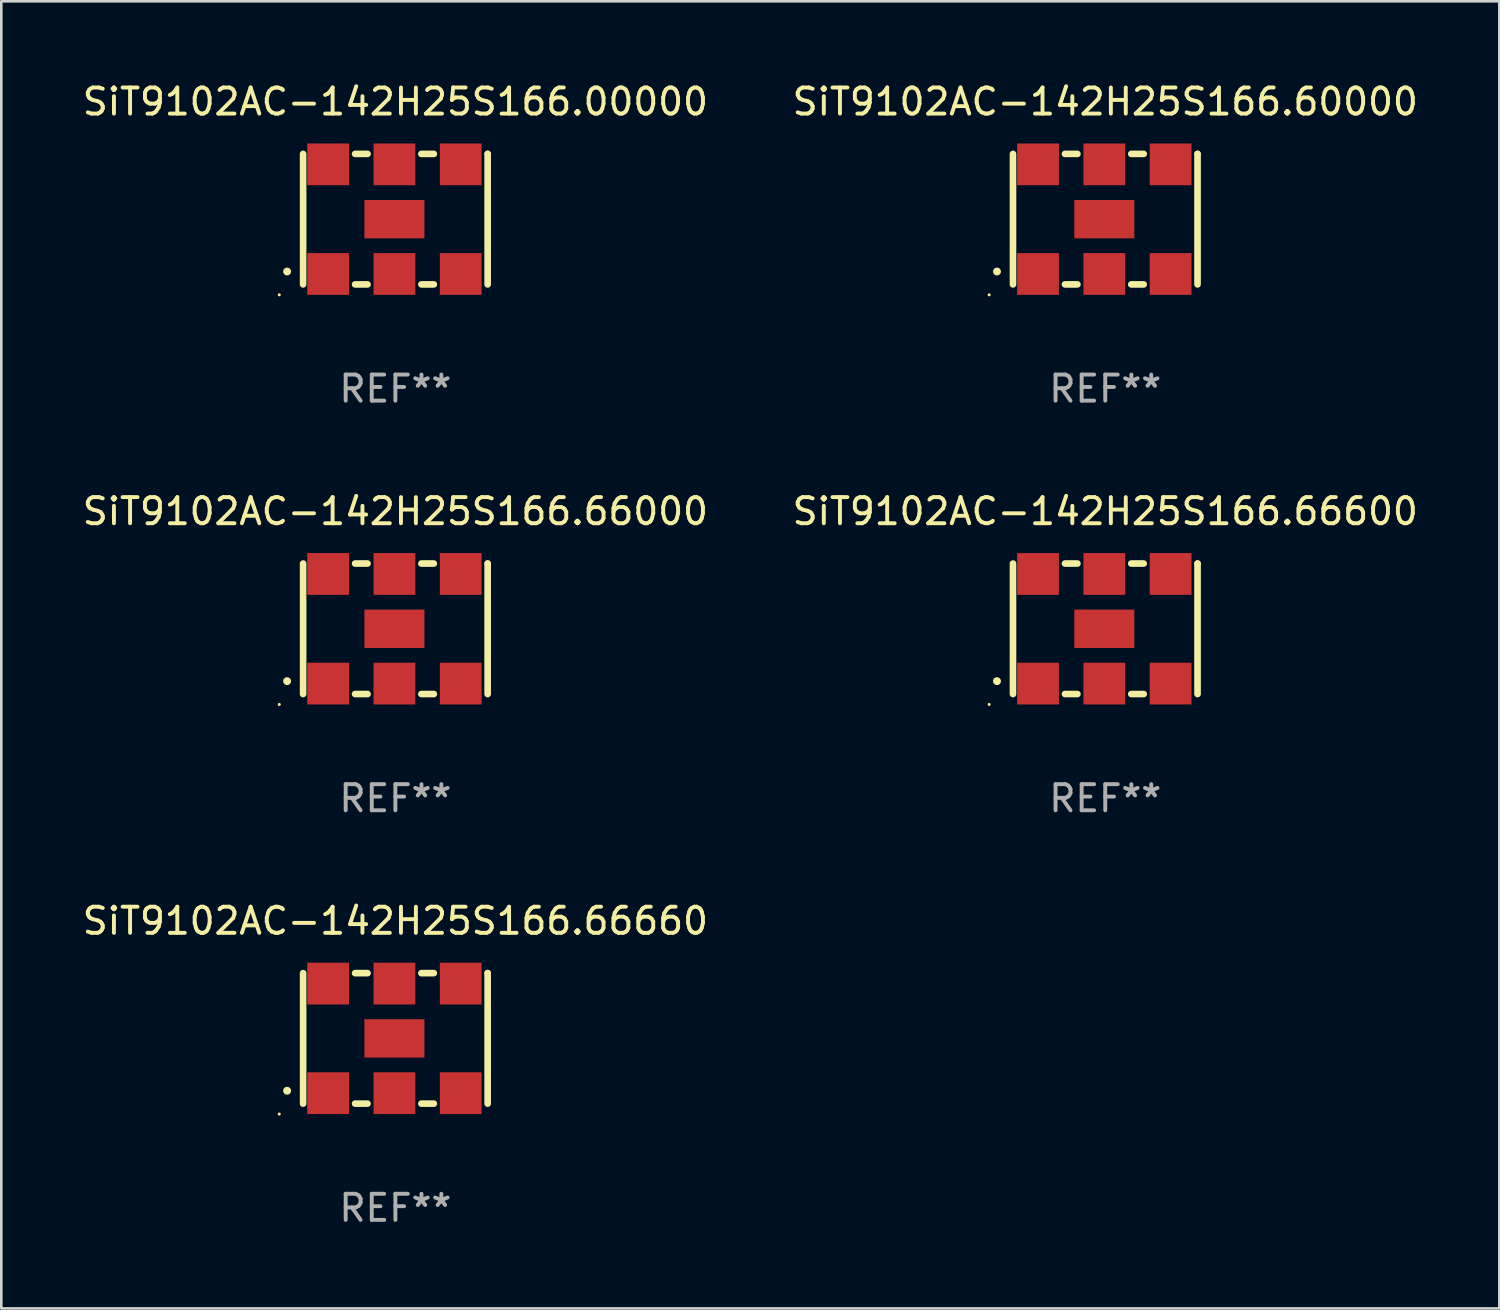
<source format=kicad_pcb>
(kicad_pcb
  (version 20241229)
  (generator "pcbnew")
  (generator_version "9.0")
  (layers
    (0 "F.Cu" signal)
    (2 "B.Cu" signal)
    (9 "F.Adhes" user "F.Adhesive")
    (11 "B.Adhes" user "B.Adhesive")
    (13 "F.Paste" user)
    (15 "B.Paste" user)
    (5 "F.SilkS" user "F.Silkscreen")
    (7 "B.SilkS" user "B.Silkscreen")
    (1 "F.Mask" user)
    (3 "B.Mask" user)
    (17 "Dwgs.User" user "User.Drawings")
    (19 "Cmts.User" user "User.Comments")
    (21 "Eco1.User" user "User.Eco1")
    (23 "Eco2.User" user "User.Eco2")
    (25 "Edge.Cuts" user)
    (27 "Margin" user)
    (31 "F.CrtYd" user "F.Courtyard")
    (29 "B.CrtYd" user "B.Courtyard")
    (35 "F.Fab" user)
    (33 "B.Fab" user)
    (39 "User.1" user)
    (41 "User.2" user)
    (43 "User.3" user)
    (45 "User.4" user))
  (footprint "SiT9102AC-142H25S166.66660"
    (layer "F.Cu")
    (at 12.101 36.741)
    (property "Reference" "SiT9102AC-142H25S166.66660" (at 0 -4.5 0) (layer "F.SilkS") (effects (font (size 1 1) (thickness 0.15))))
    (attr through_hole)
    (fp_line (start -3.536 -2.5) (end -3.536 2.5) (stroke (width 0.254) (type solid)) (layer "F.SilkS"))
    (fp_line (start -1.544 2.5) (end -1.067 2.5) (stroke (width 0.254) (type solid)) (layer "F.SilkS"))
    (fp_line (start -1.067 -2.5) (end -1.544 -2.5) (stroke (width 0.254) (type solid)) (layer "F.SilkS"))
    (fp_line (start 0.996 2.5) (end 1.473 2.5) (stroke (width 0.254) (type solid)) (layer "F.SilkS"))
    (fp_line (start 1.473 -2.5) (end 0.996 -2.5) (stroke (width 0.254) (type solid)) (layer "F.SilkS"))
    (fp_line (start 3.536 -2.5) (end 3.536 -2.5) (stroke (width 0.254) (type solid)) (layer "F.SilkS"))
    (fp_line (start 3.536 2.5) (end 3.536 -2.5) (stroke (width 0.254) (type solid)) (layer "F.SilkS"))
    (fp_arc (start -4.150432 2.006604) (mid -4.149162 2.006599) (end -4.147892 2.006604) (stroke (width 0.3) (type solid)) (layer "F.SilkS"))
    (fp_circle (center -4.449 2.9) (end -4.419 2.9) (stroke (width 0.06) (type solid)) (fill no) (layer "F.SilkS"))
    (fp_text user "REF**" (at 0 6.5 0) (layer "F.Fab") (effects (font (size 1 1) (thickness 0.15))))
    (pad "1" smd rect (at -2.576 2.1) (size 1.6 1.6) (layers "F.Cu" "F.Mask" "F.Paste"))
    (pad "2" smd rect (at -0.036 2.1) (size 1.6 1.6) (layers "F.Cu" "F.Mask" "F.Paste"))
    (pad "3" smd rect (at 2.504 2.1) (size 1.6 1.6) (layers "F.Cu" "F.Mask" "F.Paste"))
    (pad "4" smd rect (at 2.504 -2.1) (size 1.6 1.6) (layers "F.Cu" "F.Mask" "F.Paste"))
    (pad "5" smd rect (at -0.036 -2.1) (size 1.6 1.6) (layers "F.Cu" "F.Mask" "F.Paste"))
    (pad "6" smd rect (at -2.576 -2.1) (size 1.6 1.6) (layers "F.Cu" "F.Mask" "F.Paste"))
    (pad "7" smd rect (at -0.036 0) (size 2.3 1.47) (layers "F.Cu" "F.Mask" "F.Paste")))
  (footprint "SiT9102AC-142H25S166.00000"
    (layer "F.Cu")
    (at 12.101 5.348)
    (property "Reference" "SiT9102AC-142H25S166.00000" (at 0 -4.5 0) (layer "F.SilkS") (effects (font (size 1 1) (thickness 0.15))))
    (attr through_hole)
    (fp_line (start -3.536 -2.5) (end -3.536 2.5) (stroke (width 0.254) (type solid)) (layer "F.SilkS"))
    (fp_line (start -1.544 2.5) (end -1.067 2.5) (stroke (width 0.254) (type solid)) (layer "F.SilkS"))
    (fp_line (start -1.067 -2.5) (end -1.544 -2.5) (stroke (width 0.254) (type solid)) (layer "F.SilkS"))
    (fp_line (start 0.996 2.5) (end 1.473 2.5) (stroke (width 0.254) (type solid)) (layer "F.SilkS"))
    (fp_line (start 1.473 -2.5) (end 0.996 -2.5) (stroke (width 0.254) (type solid)) (layer "F.SilkS"))
    (fp_line (start 3.536 -2.5) (end 3.536 -2.5) (stroke (width 0.254) (type solid)) (layer "F.SilkS"))
    (fp_line (start 3.536 2.5) (end 3.536 -2.5) (stroke (width 0.254) (type solid)) (layer "F.SilkS"))
    (fp_arc (start -4.150432 2.006604) (mid -4.149162 2.006599) (end -4.147892 2.006604) (stroke (width 0.3) (type solid)) (layer "F.SilkS"))
    (fp_circle (center -4.449 2.9) (end -4.419 2.9) (stroke (width 0.06) (type solid)) (fill no) (layer "F.SilkS"))
    (fp_text user "REF**" (at 0 6.5 0) (layer "F.Fab") (effects (font (size 1 1) (thickness 0.15))))
    (pad "1" smd rect (at -2.576 2.1) (size 1.6 1.6) (layers "F.Cu" "F.Mask" "F.Paste"))
    (pad "2" smd rect (at -0.036 2.1) (size 1.6 1.6) (layers "F.Cu" "F.Mask" "F.Paste"))
    (pad "3" smd rect (at 2.504 2.1) (size 1.6 1.6) (layers "F.Cu" "F.Mask" "F.Paste"))
    (pad "4" smd rect (at 2.504 -2.1) (size 1.6 1.6) (layers "F.Cu" "F.Mask" "F.Paste"))
    (pad "5" smd rect (at -0.036 -2.1) (size 1.6 1.6) (layers "F.Cu" "F.Mask" "F.Paste"))
    (pad "6" smd rect (at -2.576 -2.1) (size 1.6 1.6) (layers "F.Cu" "F.Mask" "F.Paste"))
    (pad "7" smd rect (at -0.036 0) (size 2.3 1.47) (layers "F.Cu" "F.Mask" "F.Paste")))
  (footprint "SiT9102AC-142H25S166.66600"
    (layer "F.Cu")
    (at 39.304 21.045)
    (property "Reference" "SiT9102AC-142H25S166.66600" (at 0 -4.5 0) (layer "F.SilkS") (effects (font (size 1 1) (thickness 0.15))))
    (attr through_hole)
    (fp_line (start -3.536 -2.5) (end -3.536 2.5) (stroke (width 0.254) (type solid)) (layer "F.SilkS"))
    (fp_line (start -1.544 2.5) (end -1.067 2.5) (stroke (width 0.254) (type solid)) (layer "F.SilkS"))
    (fp_line (start -1.067 -2.5) (end -1.544 -2.5) (stroke (width 0.254) (type solid)) (layer "F.SilkS"))
    (fp_line (start 0.996 2.5) (end 1.473 2.5) (stroke (width 0.254) (type solid)) (layer "F.SilkS"))
    (fp_line (start 1.473 -2.5) (end 0.996 -2.5) (stroke (width 0.254) (type solid)) (layer "F.SilkS"))
    (fp_line (start 3.536 -2.5) (end 3.536 -2.5) (stroke (width 0.254) (type solid)) (layer "F.SilkS"))
    (fp_line (start 3.536 2.5) (end 3.536 -2.5) (stroke (width 0.254) (type solid)) (layer "F.SilkS"))
    (fp_arc (start -4.150432 2.006604) (mid -4.149162 2.006599) (end -4.147892 2.006604) (stroke (width 0.3) (type solid)) (layer "F.SilkS"))
    (fp_circle (center -4.449 2.9) (end -4.419 2.9) (stroke (width 0.06) (type solid)) (fill no) (layer "F.SilkS"))
    (fp_text user "REF**" (at 0 6.5 0) (layer "F.Fab") (effects (font (size 1 1) (thickness 0.15))))
    (pad "1" smd rect (at -2.576 2.1) (size 1.6 1.6) (layers "F.Cu" "F.Mask" "F.Paste"))
    (pad "2" smd rect (at -0.036 2.1) (size 1.6 1.6) (layers "F.Cu" "F.Mask" "F.Paste"))
    (pad "3" smd rect (at 2.504 2.1) (size 1.6 1.6) (layers "F.Cu" "F.Mask" "F.Paste"))
    (pad "4" smd rect (at 2.504 -2.1) (size 1.6 1.6) (layers "F.Cu" "F.Mask" "F.Paste"))
    (pad "5" smd rect (at -0.036 -2.1) (size 1.6 1.6) (layers "F.Cu" "F.Mask" "F.Paste"))
    (pad "6" smd rect (at -2.576 -2.1) (size 1.6 1.6) (layers "F.Cu" "F.Mask" "F.Paste"))
    (pad "7" smd rect (at -0.036 0) (size 2.3 1.47) (layers "F.Cu" "F.Mask" "F.Paste")))
  (footprint "SiT9102AC-142H25S166.60000"
    (layer "F.Cu")
    (at 39.304 5.348)
    (property "Reference" "SiT9102AC-142H25S166.60000" (at 0 -4.5 0) (layer "F.SilkS") (effects (font (size 1 1) (thickness 0.15))))
    (attr through_hole)
    (fp_line (start -3.536 -2.5) (end -3.536 2.5) (stroke (width 0.254) (type solid)) (layer "F.SilkS"))
    (fp_line (start -1.544 2.5) (end -1.067 2.5) (stroke (width 0.254) (type solid)) (layer "F.SilkS"))
    (fp_line (start -1.067 -2.5) (end -1.544 -2.5) (stroke (width 0.254) (type solid)) (layer "F.SilkS"))
    (fp_line (start 0.996 2.5) (end 1.473 2.5) (stroke (width 0.254) (type solid)) (layer "F.SilkS"))
    (fp_line (start 1.473 -2.5) (end 0.996 -2.5) (stroke (width 0.254) (type solid)) (layer "F.SilkS"))
    (fp_line (start 3.536 -2.5) (end 3.536 -2.5) (stroke (width 0.254) (type solid)) (layer "F.SilkS"))
    (fp_line (start 3.536 2.5) (end 3.536 -2.5) (stroke (width 0.254) (type solid)) (layer "F.SilkS"))
    (fp_arc (start -4.150432 2.006604) (mid -4.149162 2.006599) (end -4.147892 2.006604) (stroke (width 0.3) (type solid)) (layer "F.SilkS"))
    (fp_circle (center -4.449 2.9) (end -4.419 2.9) (stroke (width 0.06) (type solid)) (fill no) (layer "F.SilkS"))
    (fp_text user "REF**" (at 0 6.5 0) (layer "F.Fab") (effects (font (size 1 1) (thickness 0.15))))
    (pad "1" smd rect (at -2.576 2.1) (size 1.6 1.6) (layers "F.Cu" "F.Mask" "F.Paste"))
    (pad "2" smd rect (at -0.036 2.1) (size 1.6 1.6) (layers "F.Cu" "F.Mask" "F.Paste"))
    (pad "3" smd rect (at 2.504 2.1) (size 1.6 1.6) (layers "F.Cu" "F.Mask" "F.Paste"))
    (pad "4" smd rect (at 2.504 -2.1) (size 1.6 1.6) (layers "F.Cu" "F.Mask" "F.Paste"))
    (pad "5" smd rect (at -0.036 -2.1) (size 1.6 1.6) (layers "F.Cu" "F.Mask" "F.Paste"))
    (pad "6" smd rect (at -2.576 -2.1) (size 1.6 1.6) (layers "F.Cu" "F.Mask" "F.Paste"))
    (pad "7" smd rect (at -0.036 0) (size 2.3 1.47) (layers "F.Cu" "F.Mask" "F.Paste")))
  (footprint "SiT9102AC-142H25S166.66000"
    (layer "F.Cu")
    (at 12.101 21.045)
    (property "Reference" "SiT9102AC-142H25S166.66000" (at 0 -4.5 0) (layer "F.SilkS") (effects (font (size 1 1) (thickness 0.15))))
    (attr through_hole)
    (fp_line (start -3.536 -2.5) (end -3.536 2.5) (stroke (width 0.254) (type solid)) (layer "F.SilkS"))
    (fp_line (start -1.544 2.5) (end -1.067 2.5) (stroke (width 0.254) (type solid)) (layer "F.SilkS"))
    (fp_line (start -1.067 -2.5) (end -1.544 -2.5) (stroke (width 0.254) (type solid)) (layer "F.SilkS"))
    (fp_line (start 0.996 2.5) (end 1.473 2.5) (stroke (width 0.254) (type solid)) (layer "F.SilkS"))
    (fp_line (start 1.473 -2.5) (end 0.996 -2.5) (stroke (width 0.254) (type solid)) (layer "F.SilkS"))
    (fp_line (start 3.536 -2.5) (end 3.536 -2.5) (stroke (width 0.254) (type solid)) (layer "F.SilkS"))
    (fp_line (start 3.536 2.5) (end 3.536 -2.5) (stroke (width 0.254) (type solid)) (layer "F.SilkS"))
    (fp_arc (start -4.150432 2.006604) (mid -4.149162 2.006599) (end -4.147892 2.006604) (stroke (width 0.3) (type solid)) (layer "F.SilkS"))
    (fp_circle (center -4.449 2.9) (end -4.419 2.9) (stroke (width 0.06) (type solid)) (fill no) (layer "F.SilkS"))
    (fp_text user "REF**" (at 0 6.5 0) (layer "F.Fab") (effects (font (size 1 1) (thickness 0.15))))
    (pad "1" smd rect (at -2.576 2.1) (size 1.6 1.6) (layers "F.Cu" "F.Mask" "F.Paste"))
    (pad "2" smd rect (at -0.036 2.1) (size 1.6 1.6) (layers "F.Cu" "F.Mask" "F.Paste"))
    (pad "3" smd rect (at 2.504 2.1) (size 1.6 1.6) (layers "F.Cu" "F.Mask" "F.Paste"))
    (pad "4" smd rect (at 2.504 -2.1) (size 1.6 1.6) (layers "F.Cu" "F.Mask" "F.Paste"))
    (pad "5" smd rect (at -0.036 -2.1) (size 1.6 1.6) (layers "F.Cu" "F.Mask" "F.Paste"))
    (pad "6" smd rect (at -2.576 -2.1) (size 1.6 1.6) (layers "F.Cu" "F.Mask" "F.Paste"))
    (pad "7" smd rect (at -0.036 0) (size 2.3 1.47) (layers "F.Cu" "F.Mask" "F.Paste")))
  (gr_rect
    (start -3 -3)
    (end 54.405 47.09)
    (stroke (width 0.1) (type default))
    (fill no)
    (layer "Edge.Cuts")))
</source>
